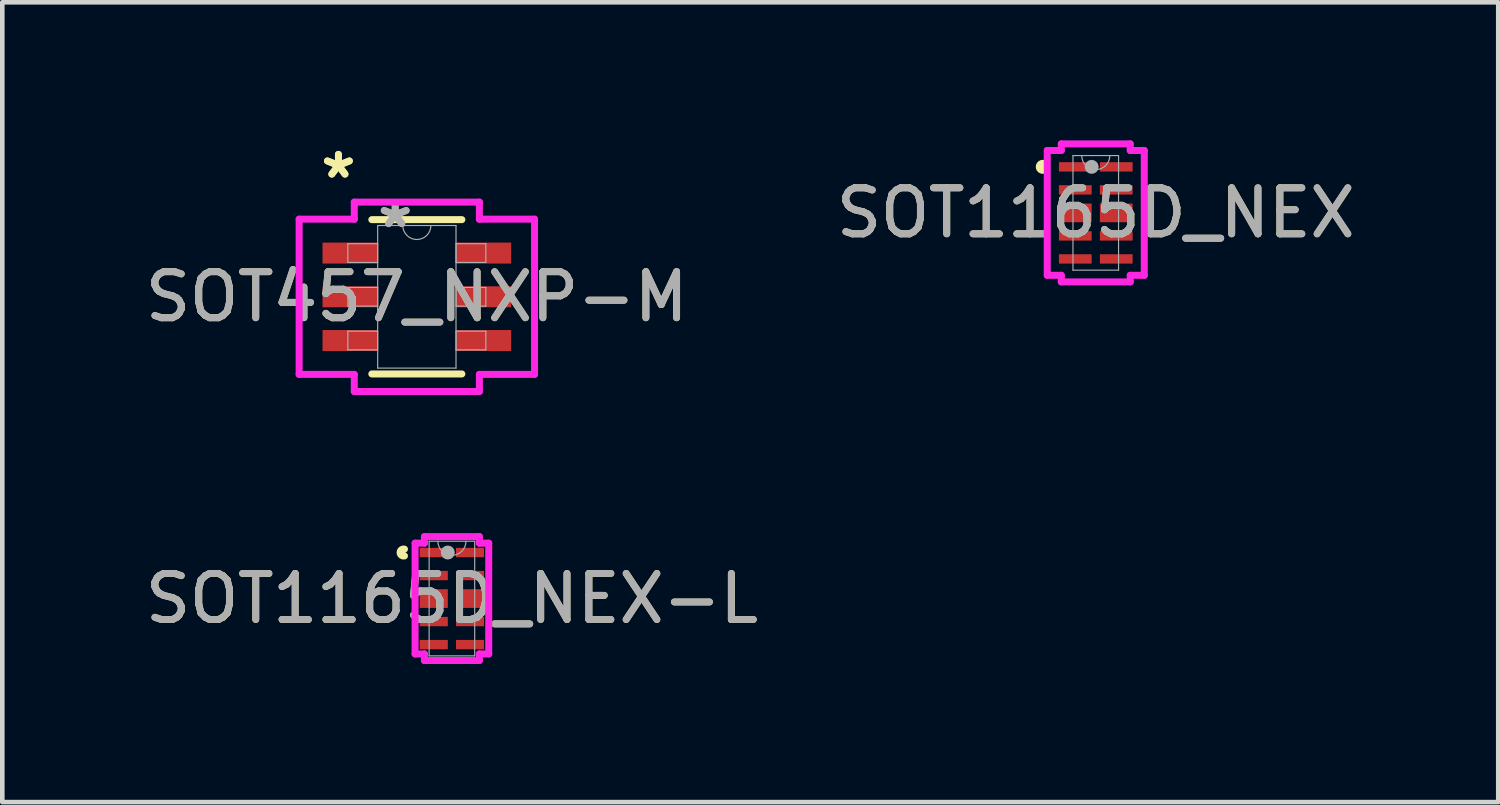
<source format=kicad_pcb>
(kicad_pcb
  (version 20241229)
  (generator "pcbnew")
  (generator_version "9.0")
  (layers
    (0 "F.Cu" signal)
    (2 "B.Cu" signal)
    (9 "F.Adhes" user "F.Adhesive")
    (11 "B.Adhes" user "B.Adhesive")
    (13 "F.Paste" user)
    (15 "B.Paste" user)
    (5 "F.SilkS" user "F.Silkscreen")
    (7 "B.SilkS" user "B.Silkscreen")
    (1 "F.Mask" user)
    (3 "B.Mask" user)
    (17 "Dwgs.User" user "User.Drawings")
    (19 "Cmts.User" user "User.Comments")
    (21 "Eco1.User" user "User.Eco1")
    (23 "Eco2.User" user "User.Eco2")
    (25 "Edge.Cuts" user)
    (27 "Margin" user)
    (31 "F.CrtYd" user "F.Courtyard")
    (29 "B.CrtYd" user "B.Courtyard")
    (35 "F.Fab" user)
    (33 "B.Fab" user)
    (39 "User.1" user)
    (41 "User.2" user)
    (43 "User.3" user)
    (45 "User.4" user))
  (footprint "SOT457_NXP-M"
    (layer "F.Cu")
    (at 6.006 3.398)
    (property "Reference" "SOT457_NXP-M" (at 0 0 0) (unlocked yes) (layer "F.SilkS") (effects (font (size 1 1) (thickness 0.15))))
    (attr smd)
    (fp_line (start -0.978 1.676) (end 0.978 1.676) (stroke (width 0.152) (type solid)) (layer "F.SilkS"))
    (fp_line (start 0.978 -1.676) (end -0.978 -1.676) (stroke (width 0.152) (type solid)) (layer "F.SilkS"))
    (fp_line (start -2.557 -1.686) (end -1.359 -1.686) (stroke (width 0.152) (type solid)) (layer "F.CrtYd"))
    (fp_line (start -2.557 1.686) (end -2.557 -1.686) (stroke (width 0.152) (type solid)) (layer "F.CrtYd"))
    (fp_line (start -2.557 1.686) (end -1.359 1.686) (stroke (width 0.152) (type solid)) (layer "F.CrtYd"))
    (fp_line (start -1.359 -2.057) (end 1.359 -2.057) (stroke (width 0.152) (type solid)) (layer "F.CrtYd"))
    (fp_line (start -1.359 -1.686) (end -1.359 -2.057) (stroke (width 0.152) (type solid)) (layer "F.CrtYd"))
    (fp_line (start -1.359 2.057) (end -1.359 1.686) (stroke (width 0.152) (type solid)) (layer "F.CrtYd"))
    (fp_line (start 1.359 -2.057) (end 1.359 -1.686) (stroke (width 0.152) (type solid)) (layer "F.CrtYd"))
    (fp_line (start 1.359 1.686) (end 1.359 2.057) (stroke (width 0.152) (type solid)) (layer "F.CrtYd"))
    (fp_line (start 1.359 2.057) (end -1.359 2.057) (stroke (width 0.152) (type solid)) (layer "F.CrtYd"))
    (fp_line (start 2.557 -1.686) (end 1.359 -1.686) (stroke (width 0.152) (type solid)) (layer "F.CrtYd"))
    (fp_line (start 2.557 -1.686) (end 2.557 1.686) (stroke (width 0.152) (type solid)) (layer "F.CrtYd"))
    (fp_line (start 2.557 1.686) (end 1.359 1.686) (stroke (width 0.152) (type solid)) (layer "F.CrtYd"))
    (fp_line (start -1.499 -1.153) (end -1.499 -0.747) (stroke (width 0.025) (type solid)) (layer "F.Fab"))
    (fp_line (start -1.499 -0.747) (end -0.851 -0.747) (stroke (width 0.025) (type solid)) (layer "F.Fab"))
    (fp_line (start -1.499 -0.203) (end -1.499 0.203) (stroke (width 0.025) (type solid)) (layer "F.Fab"))
    (fp_line (start -1.499 0.203) (end -0.851 0.203) (stroke (width 0.025) (type solid)) (layer "F.Fab"))
    (fp_line (start -1.499 0.747) (end -1.499 1.153) (stroke (width 0.025) (type solid)) (layer "F.Fab"))
    (fp_line (start -1.499 1.153) (end -0.851 1.153) (stroke (width 0.025) (type solid)) (layer "F.Fab"))
    (fp_line (start -0.851 -1.549) (end -0.851 1.549) (stroke (width 0.025) (type solid)) (layer "F.Fab"))
    (fp_line (start -0.851 -1.153) (end -1.499 -1.153) (stroke (width 0.025) (type solid)) (layer "F.Fab"))
    (fp_line (start -0.851 -0.747) (end -0.851 -1.153) (stroke (width 0.025) (type solid)) (layer "F.Fab"))
    (fp_line (start -0.851 -0.203) (end -1.499 -0.203) (stroke (width 0.025) (type solid)) (layer "F.Fab"))
    (fp_line (start -0.851 0.203) (end -0.851 -0.203) (stroke (width 0.025) (type solid)) (layer "F.Fab"))
    (fp_line (start -0.851 0.747) (end -1.499 0.747) (stroke (width 0.025) (type solid)) (layer "F.Fab"))
    (fp_line (start -0.851 1.153) (end -0.851 0.747) (stroke (width 0.025) (type solid)) (layer "F.Fab"))
    (fp_line (start -0.851 1.549) (end 0.851 1.549) (stroke (width 0.025) (type solid)) (layer "F.Fab"))
    (fp_line (start 0.851 -1.549) (end -0.851 -1.549) (stroke (width 0.025) (type solid)) (layer "F.Fab"))
    (fp_line (start 0.851 -1.153) (end 0.851 -0.747) (stroke (width 0.025) (type solid)) (layer "F.Fab"))
    (fp_line (start 0.851 -0.747) (end 1.499 -0.747) (stroke (width 0.025) (type solid)) (layer "F.Fab"))
    (fp_line (start 0.851 -0.203) (end 0.851 0.203) (stroke (width 0.025) (type solid)) (layer "F.Fab"))
    (fp_line (start 0.851 0.203) (end 1.499 0.203) (stroke (width 0.025) (type solid)) (layer "F.Fab"))
    (fp_line (start 0.851 0.747) (end 0.851 1.153) (stroke (width 0.025) (type solid)) (layer "F.Fab"))
    (fp_line (start 0.851 1.153) (end 1.499 1.153) (stroke (width 0.025) (type solid)) (layer "F.Fab"))
    (fp_line (start 0.851 1.549) (end 0.851 -1.549) (stroke (width 0.025) (type solid)) (layer "F.Fab"))
    (fp_line (start 1.499 -1.153) (end 0.851 -1.153) (stroke (width 0.025) (type solid)) (layer "F.Fab"))
    (fp_line (start 1.499 -0.747) (end 1.499 -1.153) (stroke (width 0.025) (type solid)) (layer "F.Fab"))
    (fp_line (start 1.499 -0.203) (end 0.851 -0.203) (stroke (width 0.025) (type solid)) (layer "F.Fab"))
    (fp_line (start 1.499 0.203) (end 1.499 -0.203) (stroke (width 0.025) (type solid)) (layer "F.Fab"))
    (fp_line (start 1.499 0.747) (end 0.851 0.747) (stroke (width 0.025) (type solid)) (layer "F.Fab"))
    (fp_line (start 1.499 1.153) (end 1.499 0.747) (stroke (width 0.025) (type solid)) (layer "F.Fab"))
    (fp_arc (start 0.3048 -1.5494) (mid 0 -1.2446) (end -0.3048 -1.5494) (stroke (width 0.0254) (type solid)) (layer "F.Fab"))
    (fp_text user "*" (at -1.704 -2.549 0) (layer "F.SilkS") (effects (font (size 1 1) (thickness 0.15))))
    (fp_text user "*" (at -1.704 -2.549 0) (unlocked yes) (layer "F.SilkS") (effects (font (size 1 1) (thickness 0.15))))
    (fp_text user "*" (at -0.47 -1.473 0) (unlocked yes) (layer "F.Fab") (effects (font (size 1 1) (thickness 0.15))))
    (fp_text user "${REFERENCE}" (at 0 0 0) (unlocked yes) (layer "F.Fab") (effects (font (size 1 1) (thickness 0.15))))
    (fp_text user "*" (at -0.47 -1.473 0) (layer "F.Fab") (effects (font (size 1 1) (thickness 0.15))))
    (pad "1" smd rect (at -1.45 -0.95) (size 1.198 0.456) (layers "F.Cu" "F.Mask" "F.Paste"))
    (pad "2" smd rect (at -1.45 0) (size 1.198 0.456) (layers "F.Cu" "F.Mask" "F.Paste"))
    (pad "3" smd rect (at -1.45 0.95) (size 1.198 0.456) (layers "F.Cu" "F.Mask" "F.Paste"))
    (pad "4" smd rect (at 1.45 0.95) (size 1.198 0.456) (layers "F.Cu" "F.Mask" "F.Paste"))
    (pad "5" smd rect (at 1.45 0) (size 1.198 0.456) (layers "F.Cu" "F.Mask" "F.Paste"))
    (pad "6" smd rect (at 1.45 -0.95) (size 1.198 0.456) (layers "F.Cu" "F.Mask" "F.Paste")))
  (footprint "SOT1165D_NEX"
    (layer "F.Cu")
    (at 20.756 1.575)
    (property "Reference" "SOT1165D_NEX" (at 0 0 0) (unlocked yes) (layer "F.SilkS") (effects (font (size 1 1) (thickness 0.15))))
    (attr smd)
    (fp_arc (start -1.13284 -0.926439) (mid -1.227963 -1.000252) (end -1.13284 -1.074065) (stroke (width 0.1524) (type solid)) (layer "F.SilkS"))
    (fp_line (start -1.054 -1.356) (end -0.749 -1.356) (stroke (width 0.152) (type solid)) (layer "F.CrtYd"))
    (fp_line (start -1.054 1.356) (end -1.054 -1.356) (stroke (width 0.152) (type solid)) (layer "F.CrtYd"))
    (fp_line (start -1.054 1.356) (end -0.749 1.356) (stroke (width 0.152) (type solid)) (layer "F.CrtYd"))
    (fp_line (start -0.749 -1.499) (end 0.749 -1.499) (stroke (width 0.152) (type solid)) (layer "F.CrtYd"))
    (fp_line (start -0.749 -1.356) (end -0.749 -1.499) (stroke (width 0.152) (type solid)) (layer "F.CrtYd"))
    (fp_line (start -0.749 1.499) (end -0.749 1.356) (stroke (width 0.152) (type solid)) (layer "F.CrtYd"))
    (fp_line (start 0.749 -1.499) (end 0.749 -1.356) (stroke (width 0.152) (type solid)) (layer "F.CrtYd"))
    (fp_line (start 0.749 1.356) (end 0.749 1.499) (stroke (width 0.152) (type solid)) (layer "F.CrtYd"))
    (fp_line (start 0.749 1.499) (end -0.749 1.499) (stroke (width 0.152) (type solid)) (layer "F.CrtYd"))
    (fp_line (start 1.054 -1.356) (end 0.749 -1.356) (stroke (width 0.152) (type solid)) (layer "F.CrtYd"))
    (fp_line (start 1.054 -1.356) (end 1.054 1.356) (stroke (width 0.152) (type solid)) (layer "F.CrtYd"))
    (fp_line (start 1.054 1.356) (end 0.749 1.356) (stroke (width 0.152) (type solid)) (layer "F.CrtYd"))
    (fp_line (start -0.495 -1.245) (end -0.495 1.245) (stroke (width 0.025) (type solid)) (layer "F.Fab"))
    (fp_line (start -0.495 1.245) (end 0.495 1.245) (stroke (width 0.025) (type solid)) (layer "F.Fab"))
    (fp_line (start 0.495 -1.245) (end -0.495 -1.245) (stroke (width 0.025) (type solid)) (layer "F.Fab"))
    (fp_line (start 0.495 1.245) (end 0.495 -1.245) (stroke (width 0.025) (type solid)) (layer "F.Fab"))
    (fp_arc (start 0.3048 -1.2446) (mid 0 -0.9398) (end -0.3048 -1.2446) (stroke (width 0.0254) (type solid)) (layer "F.Fab"))
    (fp_circle (center -0.089 -1) (end -0.013 -1) (stroke (width 0.152) (type solid)) (fill no) (layer "F.Fab"))
    (fp_text user "${REFERENCE}" (at 0 0 0) (unlocked yes) (layer "F.Fab") (effects (font (size 1 1) (thickness 0.15))))
    (pad "1" smd rect (at -0.445 -1) (size 0.711 0.203) (layers "F.Cu" "F.Mask" "F.Paste"))
    (pad "2" smd rect (at -0.445 -0.5) (size 0.711 0.203) (layers "F.Cu" "F.Mask" "F.Paste"))
    (pad "3" smd rect (at -0.445 0) (size 0.711 0.406) (layers "F.Cu" "F.Mask" "F.Paste"))
    (pad "4" smd rect (at -0.445 0.5) (size 0.711 0.203) (layers "F.Cu" "F.Mask" "F.Paste"))
    (pad "5" smd rect (at -0.445 1) (size 0.711 0.203) (layers "F.Cu" "F.Mask" "F.Paste"))
    (pad "6" smd rect (at 0.445 1) (size 0.711 0.203) (layers "F.Cu" "F.Mask" "F.Paste"))
    (pad "7" smd rect (at 0.445 0.5) (size 0.711 0.203) (layers "F.Cu" "F.Mask" "F.Paste"))
    (pad "8" smd rect (at 0.445 0) (size 0.711 0.406) (layers "F.Cu" "F.Mask" "F.Paste"))
    (pad "9" smd rect (at 0.445 -0.5) (size 0.711 0.203) (layers "F.Cu" "F.Mask" "F.Paste"))
    (pad "10" smd rect (at 0.445 -1) (size 0.711 0.203) (layers "F.Cu" "F.Mask" "F.Paste")))
  (footprint "SOT1165D_NEX-L"
    (layer "F.Cu")
    (at 6.768 9.954)
    (property "Reference" "SOT1165D_NEX-L" (at 0 0 0) (unlocked yes) (layer "F.SilkS") (effects (font (size 1 1) (thickness 0.15))))
    (attr smd)
    (fp_arc (start -1.03124 -0.926439) (mid -1.126363 -1.000252) (end -1.03124 -1.074065) (stroke (width 0.1524) (type solid)) (layer "F.SilkS"))
    (fp_line (start -0.8 -1.203) (end -0.597 -1.203) (stroke (width 0.152) (type solid)) (layer "F.CrtYd"))
    (fp_line (start -0.8 1.203) (end -0.8 -1.203) (stroke (width 0.152) (type solid)) (layer "F.CrtYd"))
    (fp_line (start -0.8 1.203) (end -0.597 1.203) (stroke (width 0.152) (type solid)) (layer "F.CrtYd"))
    (fp_line (start -0.597 -1.346) (end 0.597 -1.346) (stroke (width 0.152) (type solid)) (layer "F.CrtYd"))
    (fp_line (start -0.597 -1.203) (end -0.597 -1.346) (stroke (width 0.152) (type solid)) (layer "F.CrtYd"))
    (fp_line (start -0.597 1.346) (end -0.597 1.203) (stroke (width 0.152) (type solid)) (layer "F.CrtYd"))
    (fp_line (start 0.597 -1.346) (end 0.597 -1.203) (stroke (width 0.152) (type solid)) (layer "F.CrtYd"))
    (fp_line (start 0.597 1.203) (end 0.597 1.346) (stroke (width 0.152) (type solid)) (layer "F.CrtYd"))
    (fp_line (start 0.597 1.346) (end -0.597 1.346) (stroke (width 0.152) (type solid)) (layer "F.CrtYd"))
    (fp_line (start 0.8 -1.203) (end 0.597 -1.203) (stroke (width 0.152) (type solid)) (layer "F.CrtYd"))
    (fp_line (start 0.8 -1.203) (end 0.8 1.203) (stroke (width 0.152) (type solid)) (layer "F.CrtYd"))
    (fp_line (start 0.8 1.203) (end 0.597 1.203) (stroke (width 0.152) (type solid)) (layer "F.CrtYd"))
    (fp_line (start -0.495 -1.245) (end -0.495 1.245) (stroke (width 0.025) (type solid)) (layer "F.Fab"))
    (fp_line (start -0.495 1.245) (end 0.495 1.245) (stroke (width 0.025) (type solid)) (layer "F.Fab"))
    (fp_line (start 0.495 -1.245) (end -0.495 -1.245) (stroke (width 0.025) (type solid)) (layer "F.Fab"))
    (fp_line (start 0.495 1.245) (end 0.495 -1.245) (stroke (width 0.025) (type solid)) (layer "F.Fab"))
    (fp_arc (start 0.3048 -1.2446) (mid 0 -0.9398) (end -0.3048 -1.2446) (stroke (width 0.0254) (type solid)) (layer "F.Fab"))
    (fp_circle (center -0.089 -1) (end -0.013 -1) (stroke (width 0.152) (type solid)) (fill no) (layer "F.Fab"))
    (fp_text user "${REFERENCE}" (at 0 0 0) (unlocked yes) (layer "F.Fab") (effects (font (size 1 1) (thickness 0.15))))
    (pad "1" smd rect (at -0.394 -1) (size 0.61 0.203) (layers "F.Cu" "F.Mask" "F.Paste"))
    (pad "2" smd rect (at -0.394 -0.5) (size 0.61 0.203) (layers "F.Cu" "F.Mask" "F.Paste"))
    (pad "3" smd rect (at -0.394 0) (size 0.61 0.406) (layers "F.Cu" "F.Mask" "F.Paste"))
    (pad "4" smd rect (at -0.394 0.5) (size 0.61 0.203) (layers "F.Cu" "F.Mask" "F.Paste"))
    (pad "5" smd rect (at -0.394 1) (size 0.61 0.203) (layers "F.Cu" "F.Mask" "F.Paste"))
    (pad "6" smd rect (at 0.394 1) (size 0.61 0.203) (layers "F.Cu" "F.Mask" "F.Paste"))
    (pad "7" smd rect (at 0.394 0.5) (size 0.61 0.203) (layers "F.Cu" "F.Mask" "F.Paste"))
    (pad "8" smd rect (at 0.394 0) (size 0.61 0.406) (layers "F.Cu" "F.Mask" "F.Paste"))
    (pad "9" smd rect (at 0.394 -0.5) (size 0.61 0.203) (layers "F.Cu" "F.Mask" "F.Paste"))
    (pad "10" smd rect (at 0.394 -1) (size 0.61 0.203) (layers "F.Cu" "F.Mask" "F.Paste")))
  (gr_rect
    (start -3 -3)
    (end 29.5 14.376)
    (stroke (width 0.1) (type default))
    (fill no)
    (layer "Edge.Cuts")))
</source>
